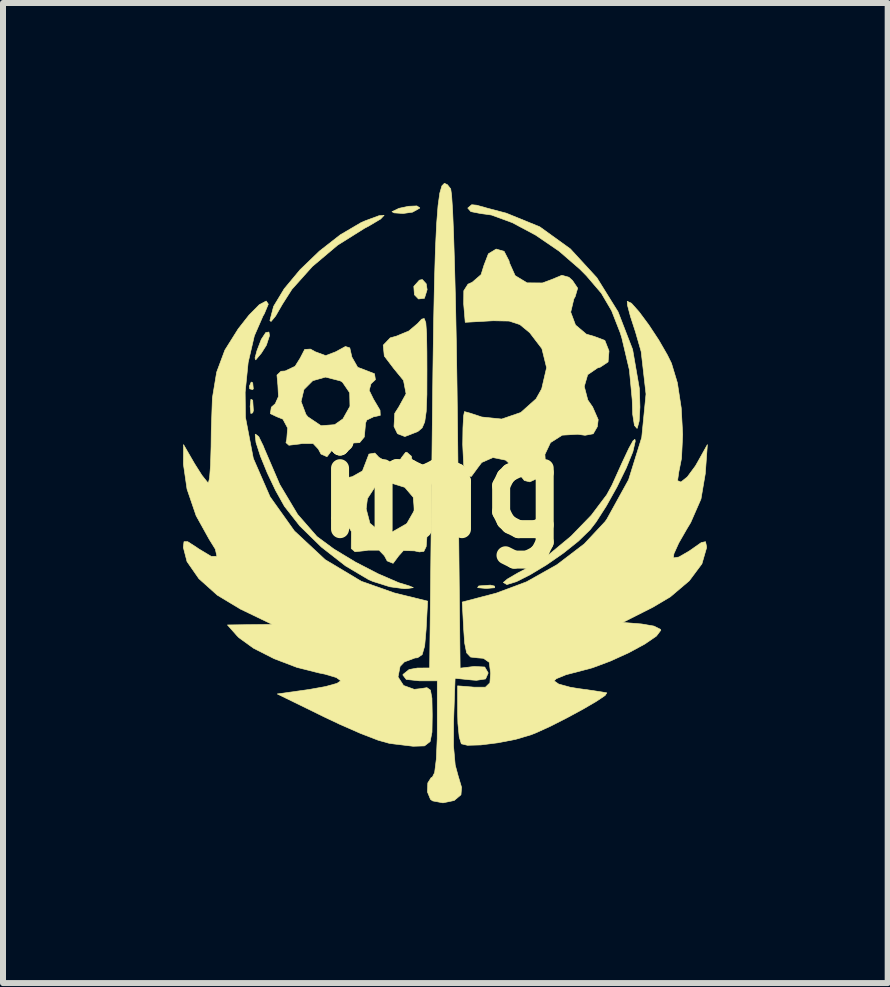
<source format=kicad_pcb>
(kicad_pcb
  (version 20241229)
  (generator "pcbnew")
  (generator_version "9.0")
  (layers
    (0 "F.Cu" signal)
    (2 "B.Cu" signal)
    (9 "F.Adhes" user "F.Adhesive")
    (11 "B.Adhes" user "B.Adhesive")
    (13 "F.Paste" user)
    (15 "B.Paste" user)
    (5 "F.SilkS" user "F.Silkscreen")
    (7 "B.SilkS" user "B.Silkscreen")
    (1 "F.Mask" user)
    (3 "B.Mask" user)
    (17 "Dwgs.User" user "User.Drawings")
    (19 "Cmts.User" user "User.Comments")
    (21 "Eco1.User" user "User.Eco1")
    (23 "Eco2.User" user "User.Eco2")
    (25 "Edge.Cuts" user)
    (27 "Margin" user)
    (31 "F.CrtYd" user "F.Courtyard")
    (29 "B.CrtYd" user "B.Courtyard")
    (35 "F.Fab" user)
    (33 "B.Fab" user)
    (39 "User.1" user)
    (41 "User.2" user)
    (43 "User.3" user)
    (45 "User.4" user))
  (footprint "img"
    (layer "F.Cu")
    (at 4.323 5.08)
    (property "Reference" "img" (at 0 0 0) (layer "F.SilkS") (effects (font (size 1.524 1.524) (thickness 0.3))))
    (attr through_hole)
    (fp_poly (pts (xy -3.161 -1.46) (xy -3.15 -1.287) (xy -3.161 -1.249) (xy -3.192 -1.238) (xy -3.204 -1.355) (xy -3.191 -1.475) (xy -3.161 -1.46)) (stroke (width 0.01) (type solid)) (fill yes) (layer "F.SilkS"))
    (fp_poly (pts (xy -3.161 -1.75) (xy -3.151 -1.649) (xy -3.161 -1.637) (xy -3.211 -1.649) (xy -3.217 -1.693) (xy -3.186 -1.763) (xy -3.161 -1.75)) (stroke (width 0.01) (type solid)) (fill yes) (layer "F.SilkS"))
    (fp_poly (pts (xy -0.269 -3.4) (xy -0.254 -3.302) (xy -0.299 -3.158) (xy -0.398 -3.147) (xy -0.466 -3.217) (xy -0.476 -3.357) (xy -0.383 -3.461) (xy -0.334 -3.471) (xy -0.269 -3.4)) (stroke (width 0.01) (type solid)) (fill yes) (layer "F.SilkS"))
    (fp_poly (pts (xy 0.869 1.638) (xy 0.872 1.666) (xy 0.74 1.677) (xy 0.72 1.677) (xy 0.588 1.665) (xy 0.601 1.639) (xy 0.615 1.635) (xy 0.8 1.622) (xy 0.869 1.638)) (stroke (width 0.01) (type solid)) (fill yes) (layer "F.SilkS"))
    (fp_poly (pts (xy -2.881 -2.536) (xy -2.933 -2.377) (xy -3.017 -2.244) (xy -3.111 -2.132) (xy -3.123 -2.163) (xy -3.09 -2.286) (xy -3.018 -2.474) (xy -2.943 -2.588) (xy -2.891 -2.596) (xy -2.881 -2.536)) (stroke (width 0.01) (type solid)) (fill yes) (layer "F.SilkS"))
    (fp_poly (pts (xy -0.376 -4.666) (xy -0.379 -4.66) (xy -0.497 -4.594) (xy -0.654 -4.572) (xy -0.804 -4.582) (xy -0.84 -4.602) (xy -0.723 -4.658) (xy -0.563 -4.692) (xy -0.425 -4.698) (xy -0.376 -4.666)) (stroke (width 0.01) (type solid)) (fill yes) (layer "F.SilkS"))
    (fp_poly (pts (xy -1.029 -4.48) (xy -1.231 -4.36) (xy -1.293 -4.328) (xy -1.746 -4.044) (xy -2.167 -3.689) (xy -2.508 -3.308) (xy -2.666 -3.06) (xy -2.779 -2.864) (xy -2.855 -2.772) (xy -2.875 -2.787) (xy -2.813 -3.024) (xy -2.636 -3.317) (xy -2.372 -3.634) (xy -2.05 -3.944) (xy -1.702 -4.216) (xy -1.355 -4.42) (xy -1.286 -4.45) (xy -1.056 -4.535) (xy -0.971 -4.542) (xy -1.029 -4.48)) (stroke (width 0.01) (type solid)) (fill yes) (layer "F.SilkS"))
    (fp_poly (pts (xy -0.276 -2.751) (xy -0.263 -2.572) (xy -0.258 -2.263) (xy -0.257 -1.971) (xy -0.258 -1.554) (xy -0.269 -1.274) (xy -0.294 -1.099) (xy -0.337 -0.999) (xy -0.405 -0.941) (xy -0.418 -0.934) (xy -0.625 -0.854) (xy -0.748 -0.901) (xy -0.806 -1.022) (xy -0.794 -1.241) (xy -0.727 -1.346) (xy -0.605 -1.567) (xy -0.648 -1.79) (xy -0.811 -1.989) (xy -0.968 -2.196) (xy -0.986 -2.377) (xy -0.869 -2.499) (xy -0.768 -2.527) (xy -0.56 -2.613) (xy -0.412 -2.738) (xy -0.346 -2.81) (xy -0.303 -2.822) (xy -0.276 -2.751)) (stroke (width 0.01) (type solid)) (fill yes) (layer "F.SilkS"))
    (fp_poly (pts (xy 3.215 -0.776) (xy 3.175 -0.601) (xy 3.065 -0.331) (xy 2.91 -0.014) (xy 2.733 0.303) (xy 2.56 0.573) (xy 2.462 0.7) (xy 2.265 0.891) (xy 2.013 1.092) (xy 1.736 1.284) (xy 1.466 1.447) (xy 1.235 1.564) (xy 1.075 1.613) (xy 1.016 1.578) (xy 1.085 1.52) (xy 1.262 1.417) (xy 1.413 1.339) (xy 1.773 1.115) (xy 2.145 0.806) (xy 2.483 0.457) (xy 2.74 0.116) (xy 2.826 -0.042) (xy 2.996 -0.419) (xy 3.109 -0.659) (xy 3.177 -0.782) (xy 3.209 -0.808) (xy 3.215 -0.776)) (stroke (width 0.01) (type solid)) (fill yes) (layer "F.SilkS"))
    (fp_poly (pts (xy -3.061 -0.853) (xy -2.985 -0.698) (xy -2.97 -0.659) (xy -2.711 -0.056) (xy -2.413 0.443) (xy -2.096 0.806) (xy -2.083 0.818) (xy -1.808 1.021) (xy -1.451 1.237) (xy -1.07 1.434) (xy -0.727 1.582) (xy -0.55 1.636) (xy -0.484 1.664) (xy -0.587 1.68) (xy -0.635 1.682) (xy -0.875 1.65) (xy -1.157 1.561) (xy -1.228 1.531) (xy -1.614 1.302) (xy -2.017 0.987) (xy -2.377 0.635) (xy -2.632 0.309) (xy -2.779 0.046) (xy -2.918 -0.247) (xy -3.033 -0.529) (xy -3.106 -0.755) (xy -3.12 -0.884) (xy -3.114 -0.894) (xy -3.061 -0.853)) (stroke (width 0.01) (type solid)) (fill yes) (layer "F.SilkS"))
    (fp_poly (pts (xy 0.572 -4.71) (xy 0.747 -4.661) (xy 0.997 -4.595) (xy 1.063 -4.578) (xy 1.623 -4.35) (xy 2.133 -3.982) (xy 2.575 -3.501) (xy 2.928 -2.933) (xy 3.171 -2.305) (xy 3.284 -1.651) (xy 3.293 -1.345) (xy 3.28 -1.111) (xy 3.248 -0.993) (xy 3.244 -0.99) (xy 3.201 -1.039) (xy 3.172 -1.225) (xy 3.164 -1.465) (xy 3.117 -1.964) (xy 2.991 -2.498) (xy 2.965 -2.582) (xy 2.821 -2.951) (xy 2.649 -3.244) (xy 2.4 -3.535) (xy 2.293 -3.643) (xy 1.946 -3.944) (xy 1.555 -4.211) (xy 1.165 -4.419) (xy 0.819 -4.546) (xy 0.633 -4.572) (xy 0.475 -4.603) (xy 0.423 -4.662) (xy 0.489 -4.718) (xy 0.572 -4.71)) (stroke (width 0.01) (type solid)) (fill yes) (layer "F.SilkS"))
    (fp_poly (pts (xy 0.084 -5.052) (xy 0.139 -4.982) (xy 0.154 -4.876) (xy 0.171 -4.619) (xy 0.187 -4.226) (xy 0.203 -3.716) (xy 0.219 -3.106) (xy 0.233 -2.413) (xy 0.245 -1.654) (xy 0.254 -0.931) (xy 0.296 3.006) (xy 0.529 2.978) (xy 0.706 2.987) (xy 0.762 3.082) (xy 0.762 3.091) (xy 0.72 3.186) (xy 0.567 3.209) (xy 0.487 3.203) (xy 0.212 3.175) (xy 0.187 3.893) (xy 0.186 4.305) (xy 0.214 4.621) (xy 0.262 4.798) (xy 0.32 4.993) (xy 0.31 5.117) (xy 0.197 5.212) (xy 0.01 5.251) (xy -0.161 5.219) (xy -0.198 5.193) (xy -0.249 5.069) (xy -0.243 4.919) (xy -0.186 4.829) (xy -0.169 4.826) (xy -0.129 4.746) (xy -0.101 4.522) (xy -0.086 4.182) (xy -0.085 4.022) (xy -0.085 3.217) (xy -0.388 3.217) (xy -0.602 3.194) (xy -0.658 3.121) (xy -0.656 3.111) (xy -0.554 3.029) (xy -0.416 3.004) (xy -0.212 3.003) (xy -0.169 -0.95) (xy -0.158 -1.931) (xy -0.146 -2.755) (xy -0.132 -3.433) (xy -0.116 -3.976) (xy -0.096 -4.396) (xy -0.072 -4.704) (xy -0.043 -4.912) (xy -0.008 -5.032) (xy 0.034 -5.075) (xy 0.084 -5.052)) (stroke (width 0.01) (type solid)) (fill yes) (layer "F.SilkS"))
    (fp_poly (pts (xy -0.516 -0.525) (xy -0.508 -0.476) (xy -0.448 -0.328) (xy -0.381 -0.254) (xy -0.307 -0.131) (xy -0.266 0.104) (xy -0.254 0.478) (xy -0.256 0.797) (xy -0.27 0.98) (xy -0.309 1.06) (xy -0.384 1.069) (xy -0.465 1.051) (xy -0.649 1.046) (xy -0.728 1.134) (xy -0.821 1.259) (xy -0.92 1.219) (xy -0.966 1.133) (xy -1.055 1.04) (xy -1.241 1.04) (xy -1.276 1.047) (xy -1.456 1.066) (xy -1.519 1.012) (xy -1.519 0.951) (xy -1.517 0.728) (xy -1.589 0.611) (xy -1.714 0.559) (xy -1.847 0.51) (xy -1.827 0.448) (xy -1.747 0.384) (xy -1.724 0.351) (xy -1.27 0.351) (xy -1.207 0.592) (xy -1.045 0.724) (xy -0.829 0.732) (xy -0.603 0.603) (xy -0.588 0.588) (xy -0.465 0.373) (xy -0.485 0.159) (xy -0.627 -0.008) (xy -0.871 -0.083) (xy -0.893 -0.083) (xy -1.122 -0.016) (xy -1.249 0.18) (xy -1.27 0.351) (xy -1.724 0.351) (xy -1.631 0.219) (xy -1.641 0.053) (xy -1.653 -0.109) (xy -1.556 -0.175) (xy -1.503 -0.185) (xy -1.332 -0.281) (xy -1.285 -0.402) (xy -1.224 -0.562) (xy -1.125 -0.579) (xy -1.058 -0.508) (xy -0.939 -0.437) (xy -0.842 -0.423) (xy -0.707 -0.46) (xy -0.677 -0.508) (xy -0.613 -0.59) (xy -0.593 -0.593) (xy -0.516 -0.525)) (stroke (width 0.01) (type solid)) (fill yes) (layer "F.SilkS"))
    (fp_poly (pts (xy -1.543 -2.332) (xy -1.509 -2.182) (xy -1.509 -2.18) (xy -1.412 -2.009) (xy -1.291 -1.963) (xy -1.131 -1.901) (xy -1.116 -1.802) (xy -1.19 -1.733) (xy -1.22 -1.624) (xy -1.148 -1.477) (xy -1.039 -1.293) (xy -1.035 -1.207) (xy -1.134 -1.185) (xy -1.143 -1.185) (xy -1.261 -1.128) (xy -1.28 -1.079) (xy -1.296 -0.898) (xy -1.301 -0.847) (xy -1.379 -0.752) (xy -1.547 -0.744) (xy -1.755 -0.719) (xy -1.831 -0.638) (xy -1.923 -0.518) (xy -2.023 -0.562) (xy -2.067 -0.645) (xy -2.154 -0.738) (xy -2.337 -0.738) (xy -2.381 -0.73) (xy -2.558 -0.709) (xy -2.607 -0.753) (xy -2.594 -0.805) (xy -2.579 -0.996) (xy -2.658 -1.144) (xy -2.761 -1.185) (xy -2.867 -1.236) (xy -2.851 -1.343) (xy -2.785 -1.402) (xy -2.769 -1.438) (xy -2.355 -1.438) (xy -2.274 -1.223) (xy -2.241 -1.182) (xy -2.022 -1.035) (xy -1.795 -1.052) (xy -1.657 -1.149) (xy -1.54 -1.358) (xy -1.545 -1.584) (xy -1.665 -1.76) (xy -1.701 -1.782) (xy -1.948 -1.845) (xy -2.16 -1.785) (xy -2.307 -1.638) (xy -2.355 -1.438) (xy -2.769 -1.438) (xy -2.732 -1.521) (xy -2.741 -1.704) (xy -2.757 -1.878) (xy -2.69 -1.942) (xy -2.62 -1.947) (xy -2.455 -2.025) (xy -2.37 -2.161) (xy -2.295 -2.306) (xy -2.199 -2.312) (xy -2.118 -2.267) (xy -1.945 -2.203) (xy -1.779 -2.266) (xy -1.616 -2.355) (xy -1.543 -2.332)) (stroke (width 0.01) (type solid)) (fill yes) (layer "F.SilkS"))
    (fp_poly (pts (xy 1.029 -3.941) (xy 1.112 -3.78) (xy 1.116 -3.753) (xy 1.213 -3.536) (xy 1.412 -3.416) (xy 1.668 -3.414) (xy 1.821 -3.471) (xy 1.992 -3.542) (xy 2.109 -3.509) (xy 2.169 -3.455) (xy 2.255 -3.327) (xy 2.213 -3.185) (xy 2.192 -3.149) (xy 2.139 -2.928) (xy 2.219 -2.713) (xy 2.399 -2.561) (xy 2.531 -2.523) (xy 2.708 -2.456) (xy 2.777 -2.281) (xy 2.777 -2.275) (xy 2.762 -2.098) (xy 2.63 -2.01) (xy 2.587 -1.998) (xy 2.422 -1.885) (xy 2.365 -1.689) (xy 2.424 -1.463) (xy 2.505 -1.346) (xy 2.597 -1.136) (xy 2.583 -1.019) (xy 2.514 -0.9) (xy 2.378 -0.875) (xy 2.256 -0.892) (xy 1.998 -0.877) (xy 1.802 -0.753) (xy 1.709 -0.556) (xy 1.717 -0.425) (xy 1.695 -0.244) (xy 1.607 -0.168) (xy 1.458 -0.099) (xy 1.366 -0.121) (xy 1.261 -0.257) (xy 1.235 -0.296) (xy 1.054 -0.461) (xy 0.842 -0.504) (xy 0.656 -0.422) (xy 0.593 -0.339) (xy 0.483 -0.189) (xy 0.403 -0.205) (xy 0.355 -0.384) (xy 0.339 -0.72) (xy 0.343 -1) (xy 0.354 -1.198) (xy 0.368 -1.27) (xy 0.46 -1.245) (xy 0.643 -1.185) (xy 0.655 -1.18) (xy 0.989 -1.146) (xy 1.307 -1.255) (xy 1.562 -1.483) (xy 1.655 -1.649) (xy 1.737 -2.002) (xy 1.659 -2.319) (xy 1.456 -2.585) (xy 1.292 -2.72) (xy 1.113 -2.779) (xy 0.848 -2.784) (xy 0.809 -2.782) (xy 0.381 -2.758) (xy 0.355 -3.065) (xy 0.357 -3.284) (xy 0.427 -3.394) (xy 0.498 -3.426) (xy 0.645 -3.553) (xy 0.693 -3.708) (xy 0.767 -3.9) (xy 0.897 -3.979) (xy 1.029 -3.941)) (stroke (width 0.01) (type solid)) (fill yes) (layer "F.SilkS"))
    (fp_poly (pts (xy -2.901 -3.061) (xy -2.968 -2.9) (xy -2.989 -2.865) (xy -3.134 -2.532) (xy -3.237 -2.089) (xy -3.287 -1.592) (xy -3.282 -1.175) (xy -3.151 -0.49) (xy -2.872 0.15) (xy -2.466 0.72) (xy -1.953 1.198) (xy -1.352 1.558) (xy -0.802 1.752) (xy -0.246 1.889) (xy -0.271 2.363) (xy -0.295 2.637) (xy -0.337 2.781) (xy -0.414 2.833) (xy -0.456 2.836) (xy -0.633 2.902) (xy -0.705 2.977) (xy -0.739 3.153) (xy -0.647 3.295) (xy -0.469 3.359) (xy -0.366 3.348) (xy -0.257 3.331) (xy -0.199 3.372) (xy -0.174 3.508) (xy -0.169 3.773) (xy -0.169 3.808) (xy -0.173 4.073) (xy -0.204 4.23) (xy -0.298 4.302) (xy -0.487 4.308) (xy -0.803 4.27) (xy -0.889 4.258) (xy -1.071 4.207) (xy -1.359 4.096) (xy -1.706 3.944) (xy -1.947 3.83) (xy -2.752 3.436) (xy -2.223 3.362) (xy -1.949 3.313) (xy -1.758 3.26) (xy -1.693 3.217) (xy -1.768 3.162) (xy -1.957 3.106) (xy -2.053 3.087) (xy -2.42 2.995) (xy -2.803 2.849) (xy -3.146 2.675) (xy -3.389 2.5) (xy -3.421 2.468) (xy -3.582 2.286) (xy -3.209 2.281) (xy -2.836 2.277) (xy -3.367 2.021) (xy -3.752 1.789) (xy -4.058 1.515) (xy -4.256 1.23) (xy -4.318 0.991) (xy -4.306 0.898) (xy -4.244 0.898) (xy -4.092 0.996) (xy -4.059 1.019) (xy -3.852 1.143) (xy -3.758 1.142) (xy -3.784 1.023) (xy -3.887 0.857) (xy -4.104 0.466) (xy -4.256 0.021) (xy -4.316 -0.394) (xy -4.316 -0.413) (xy -4.314 -0.72) (xy -4.13 -0.402) (xy -4.008 -0.209) (xy -3.918 -0.096) (xy -3.899 -0.085) (xy -3.88 -0.163) (xy -3.864 -0.376) (xy -3.855 -0.687) (xy -3.852 -0.952) (xy -3.833 -1.497) (xy -3.762 -1.927) (xy -3.625 -2.295) (xy -3.402 -2.65) (xy -3.223 -2.878) (xy -3.051 -3.052) (xy -2.936 -3.113) (xy -2.901 -3.061)) (stroke (width 0.01) (type solid)) (fill yes) (layer "F.SilkS"))
    (fp_poly (pts (xy 3.152 -3.075) (xy 3.28 -2.931) (xy 3.441 -2.714) (xy 3.607 -2.462) (xy 3.751 -2.212) (xy 3.818 -2.076) (xy 3.917 -1.749) (xy 3.981 -1.331) (xy 4.005 -0.889) (xy 3.986 -0.492) (xy 3.941 -0.265) (xy 3.92 -0.119) (xy 3.976 -0.096) (xy 4.083 -0.182) (xy 4.218 -0.365) (xy 4.254 -0.428) (xy 4.417 -0.72) (xy 4.382 -0.236) (xy 4.31 0.188) (xy 4.139 0.579) (xy 4.075 0.685) (xy 3.939 0.922) (xy 3.859 1.099) (xy 3.85 1.169) (xy 3.941 1.154) (xy 4.106 1.059) (xy 4.15 1.029) (xy 4.315 0.913) (xy 4.386 0.898) (xy 4.403 0.979) (xy 4.403 1.001) (xy 4.326 1.267) (xy 4.115 1.55) (xy 3.799 1.818) (xy 3.511 1.989) (xy 3.006 2.244) (xy 3.323 2.27) (xy 3.527 2.305) (xy 3.636 2.36) (xy 3.641 2.374) (xy 3.568 2.471) (xy 3.376 2.603) (xy 3.107 2.749) (xy 2.801 2.888) (xy 2.501 3) (xy 2.307 3.052) (xy 2.06 3.116) (xy 1.899 3.182) (xy 1.863 3.218) (xy 1.938 3.271) (xy 2.131 3.324) (xy 2.265 3.346) (xy 2.517 3.381) (xy 2.698 3.41) (xy 2.741 3.418) (xy 2.712 3.462) (xy 2.567 3.559) (xy 2.343 3.69) (xy 2.077 3.834) (xy 1.806 3.972) (xy 1.567 4.081) (xy 1.477 4.117) (xy 1.223 4.192) (xy 0.926 4.25) (xy 0.64 4.286) (xy 0.418 4.292) (xy 0.316 4.267) (xy 0.281 4.153) (xy 0.259 3.929) (xy 0.254 3.753) (xy 0.254 3.301) (xy 0.529 3.323) (xy 0.718 3.323) (xy 0.792 3.251) (xy 0.804 3.09) (xy 0.781 2.909) (xy 0.684 2.842) (xy 0.593 2.835) (xy 0.47 2.821) (xy 0.404 2.751) (xy 0.371 2.586) (xy 0.356 2.369) (xy 0.331 1.904) (xy 0.897 1.756) (xy 1.403 1.567) (xy 1.91 1.282) (xy 2.365 0.935) (xy 2.711 0.565) (xy 2.741 0.523) (xy 3.104 -0.135) (xy 3.323 -0.84) (xy 3.394 -1.562) (xy 3.313 -2.271) (xy 3.218 -2.6) (xy 3.134 -2.858) (xy 3.085 -3.044) (xy 3.081 -3.109) (xy 3.152 -3.075)) (stroke (width 0.01) (type solid)) (fill yes) (layer "F.SilkS")))
  (gr_rect
    (start -3 -3)
    (end 11.745 13.335)
    (stroke (width 0.1) (type default))
    (fill no)
    (layer "Edge.Cuts")))
</source>
